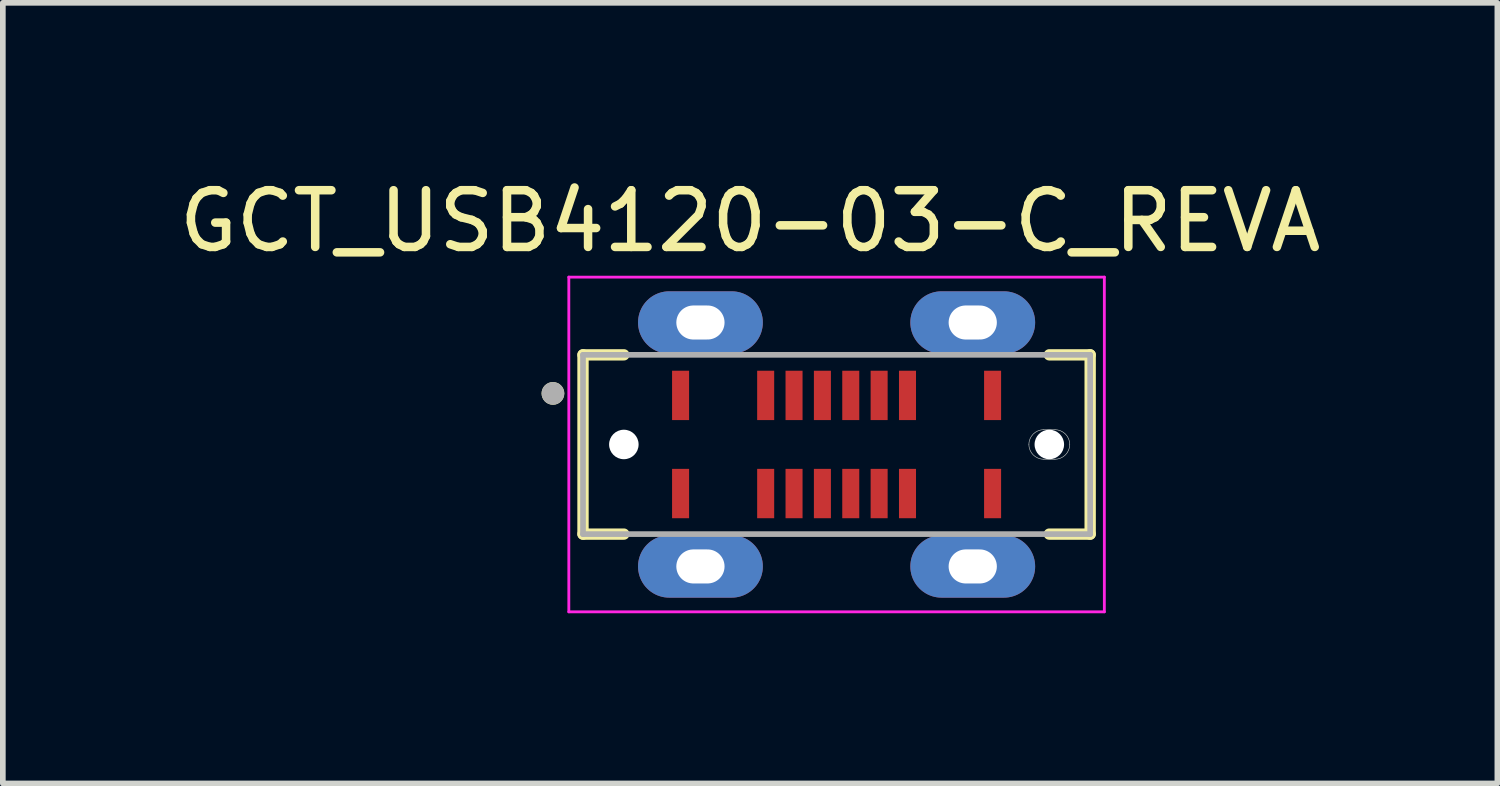
<source format=kicad_pcb>
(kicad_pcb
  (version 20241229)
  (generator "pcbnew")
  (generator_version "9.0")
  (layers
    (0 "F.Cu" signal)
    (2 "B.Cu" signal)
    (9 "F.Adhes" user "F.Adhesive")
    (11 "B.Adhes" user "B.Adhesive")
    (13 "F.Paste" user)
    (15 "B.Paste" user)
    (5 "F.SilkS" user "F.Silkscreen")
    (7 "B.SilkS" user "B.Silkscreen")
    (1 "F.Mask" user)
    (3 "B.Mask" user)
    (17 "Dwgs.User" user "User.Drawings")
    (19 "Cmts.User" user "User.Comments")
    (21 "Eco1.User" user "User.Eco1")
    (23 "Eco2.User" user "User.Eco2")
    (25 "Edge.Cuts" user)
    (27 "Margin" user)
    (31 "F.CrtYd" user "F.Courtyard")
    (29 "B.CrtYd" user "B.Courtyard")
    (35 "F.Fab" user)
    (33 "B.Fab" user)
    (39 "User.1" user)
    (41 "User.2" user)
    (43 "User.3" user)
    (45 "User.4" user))
  (footprint "GCT_USB4120-03-C_REVA"
    (layer "F.Cu")
    (at 11.697 4.785)
    (property "Reference" "GCT_USB4120-03-C_REVA" (at -1.524 -3.937 0) (layer "F.SilkS") (effects (font (size 1 1) (thickness 0.15))))
    (attr through_hole)
    (fp_line (start -4.47 -1.58) (end -4.47 1.58) (stroke (width 0.2) (type solid)) (layer "F.SilkS"))
    (fp_line (start -4.47 1.58) (end -3.75 1.58) (stroke (width 0.2) (type solid)) (layer "F.SilkS"))
    (fp_line (start -3.75 -1.58) (end -4.47 -1.58) (stroke (width 0.2) (type solid)) (layer "F.SilkS"))
    (fp_line (start 3.75 -1.58) (end 4.47 -1.58) (stroke (width 0.2) (type solid)) (layer "F.SilkS"))
    (fp_line (start 4.47 -1.58) (end 4.47 1.58) (stroke (width 0.2) (type solid)) (layer "F.SilkS"))
    (fp_line (start 4.47 1.58) (end 3.75 1.58) (stroke (width 0.2) (type solid)) (layer "F.SilkS"))
    (fp_circle (center -5 -0.9) (end -4.9 -0.9) (stroke (width 0.2) (type solid)) (fill no) (layer "F.SilkS"))
    (fp_line (start 3.65 -0.26) (end 3.85 -0.26) (stroke (width 0.01) (type solid)) (layer "Edge.Cuts"))
    (fp_line (start 3.85 0.26) (end 3.65 0.26) (stroke (width 0.01) (type solid)) (layer "Edge.Cuts"))
    (fp_arc (start 3.39 0) (mid 3.466152 -0.183848) (end 3.65 -0.26) (stroke (width 0.01) (type solid)) (layer "Edge.Cuts"))
    (fp_arc (start 3.65 0.26) (mid 3.466152 0.183848) (end 3.39 0) (stroke (width 0.01) (type solid)) (layer "Edge.Cuts"))
    (fp_arc (start 3.85 -0.26) (mid 4.033848 -0.183848) (end 4.11 0) (stroke (width 0.01) (type solid)) (layer "Edge.Cuts"))
    (fp_arc (start 4.11 0) (mid 4.033848 0.183848) (end 3.85 0.26) (stroke (width 0.01) (type solid)) (layer "Edge.Cuts"))
    (fp_line (start -4.72 -2.95) (end 4.72 -2.95) (stroke (width 0.05) (type solid)) (layer "F.CrtYd"))
    (fp_line (start -4.72 2.95) (end -4.72 -2.95) (stroke (width 0.05) (type solid)) (layer "F.CrtYd"))
    (fp_line (start 4.72 -2.95) (end 4.72 2.95) (stroke (width 0.05) (type solid)) (layer "F.CrtYd"))
    (fp_line (start 4.72 2.95) (end -4.72 2.95) (stroke (width 0.05) (type solid)) (layer "F.CrtYd"))
    (fp_line (start -4.47 -1.58) (end 4.47 -1.58) (stroke (width 0.1) (type solid)) (layer "F.Fab"))
    (fp_line (start -4.47 1.58) (end -4.47 -1.58) (stroke (width 0.1) (type solid)) (layer "F.Fab"))
    (fp_line (start 4.47 -1.58) (end 4.47 1.58) (stroke (width 0.1) (type solid)) (layer "F.Fab"))
    (fp_line (start 4.47 1.58) (end -4.47 1.58) (stroke (width 0.1) (type solid)) (layer "F.Fab"))
    (fp_circle (center -5 -0.9) (end -4.9 -0.9) (stroke (width 0.2) (type solid)) (fill no) (layer "F.Fab"))
    (pad "" np_thru_hole circle (at -3.75 0) (size 0.52 0.52) (drill 0.52) (layers "*.Cu" "*.Mask"))
    (pad "" np_thru_hole circle (at 3.75 0) (size 0.52 0.52) (drill 0.52) (layers "*.Cu" "*.Mask"))
    (pad "A1" smd rect (at -2.75 -0.865) (size 0.3 0.87) (layers "F.Cu" "F.Mask" "F.Paste"))
    (pad "A4" smd rect (at -1.25 -0.865) (size 0.3 0.87) (layers "F.Cu" "F.Mask" "F.Paste"))
    (pad "A5" smd rect (at -0.75 -0.865) (size 0.3 0.87) (layers "F.Cu" "F.Mask" "F.Paste"))
    (pad "A6" smd rect (at -0.25 -0.865) (size 0.3 0.87) (layers "F.Cu" "F.Mask" "F.Paste"))
    (pad "A7" smd rect (at 0.25 -0.865) (size 0.3 0.87) (layers "F.Cu" "F.Mask" "F.Paste"))
    (pad "A8" smd rect (at 0.75 -0.865) (size 0.3 0.87) (layers "F.Cu" "F.Mask" "F.Paste"))
    (pad "A9" smd rect (at 1.25 -0.865) (size 0.3 0.87) (layers "F.Cu" "F.Mask" "F.Paste"))
    (pad "A12" smd rect (at 2.75 -0.865) (size 0.3 0.87) (layers "F.Cu" "F.Mask" "F.Paste"))
    (pad "B1" smd rect (at 2.75 0.865) (size 0.3 0.87) (layers "F.Cu" "F.Mask" "F.Paste"))
    (pad "B4" smd rect (at 1.25 0.865) (size 0.3 0.87) (layers "F.Cu" "F.Mask" "F.Paste"))
    (pad "B5" smd rect (at 0.75 0.865) (size 0.3 0.87) (layers "F.Cu" "F.Mask" "F.Paste"))
    (pad "B6" smd rect (at 0.25 0.865) (size 0.3 0.87) (layers "F.Cu" "F.Mask" "F.Paste"))
    (pad "B7" smd rect (at -0.25 0.865) (size 0.3 0.87) (layers "F.Cu" "F.Mask" "F.Paste"))
    (pad "B8" smd rect (at -0.75 0.865) (size 0.3 0.87) (layers "F.Cu" "F.Mask" "F.Paste"))
    (pad "B9" smd rect (at -1.25 0.865) (size 0.3 0.87) (layers "F.Cu" "F.Mask" "F.Paste"))
    (pad "B12" smd rect (at -2.75 0.865) (size 0.3 0.87) (layers "F.Cu" "F.Mask" "F.Paste"))
    (pad "S1" thru_hole oval (at -2.4 -2.15) (size 2.2 1.1) (drill oval 0.85 0.6) (layers "*.Cu" "*.Mask"))
    (pad "S2" thru_hole oval (at -2.4 2.15) (size 2.2 1.1) (drill oval 0.85 0.6) (layers "*.Cu" "*.Mask"))
    (pad "S3" thru_hole oval (at 2.4 -2.15) (size 2.2 1.1) (drill oval 0.85 0.6) (layers "*.Cu" "*.Mask"))
    (pad "S4" thru_hole oval (at 2.4 2.15) (size 2.2 1.1) (drill oval 0.85 0.6) (layers "*.Cu" "*.Mask")))
  (gr_rect
    (start -3 -3)
    (end 23.345 10.76)
    (stroke (width 0.1) (type default))
    (fill no)
    (layer "Edge.Cuts")))
</source>
